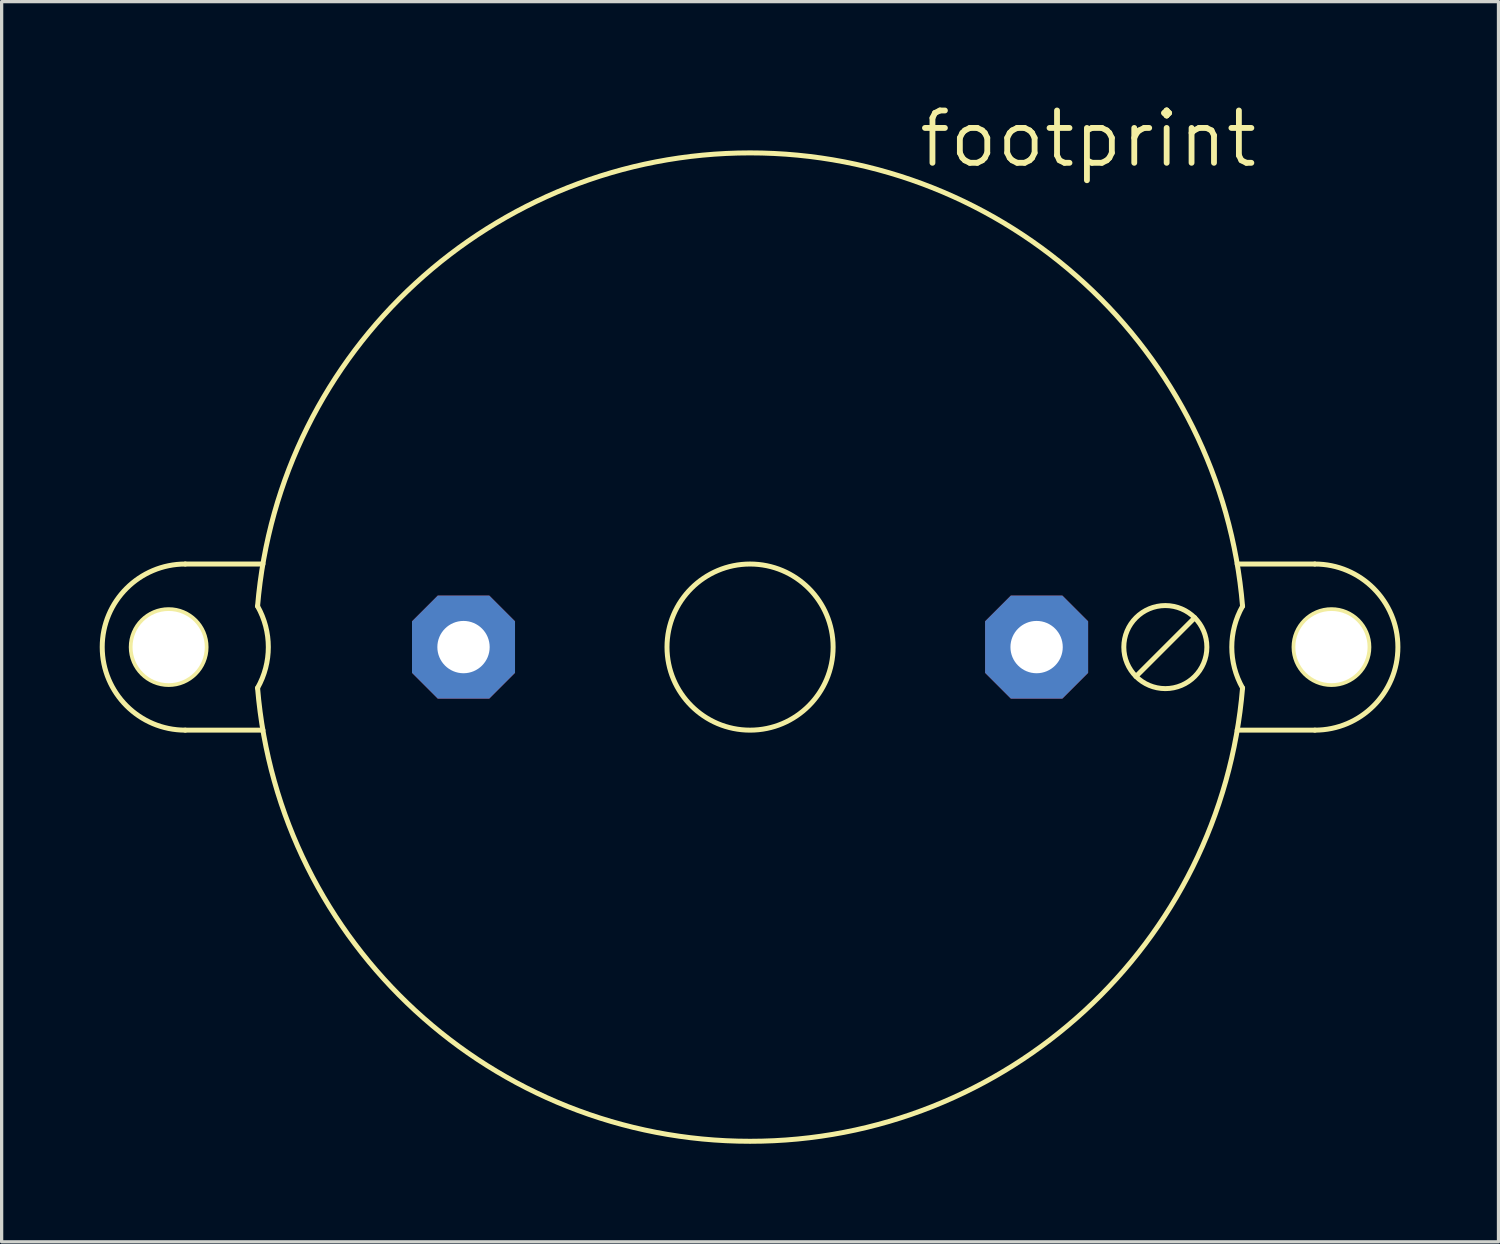
<source format=kicad_pcb>
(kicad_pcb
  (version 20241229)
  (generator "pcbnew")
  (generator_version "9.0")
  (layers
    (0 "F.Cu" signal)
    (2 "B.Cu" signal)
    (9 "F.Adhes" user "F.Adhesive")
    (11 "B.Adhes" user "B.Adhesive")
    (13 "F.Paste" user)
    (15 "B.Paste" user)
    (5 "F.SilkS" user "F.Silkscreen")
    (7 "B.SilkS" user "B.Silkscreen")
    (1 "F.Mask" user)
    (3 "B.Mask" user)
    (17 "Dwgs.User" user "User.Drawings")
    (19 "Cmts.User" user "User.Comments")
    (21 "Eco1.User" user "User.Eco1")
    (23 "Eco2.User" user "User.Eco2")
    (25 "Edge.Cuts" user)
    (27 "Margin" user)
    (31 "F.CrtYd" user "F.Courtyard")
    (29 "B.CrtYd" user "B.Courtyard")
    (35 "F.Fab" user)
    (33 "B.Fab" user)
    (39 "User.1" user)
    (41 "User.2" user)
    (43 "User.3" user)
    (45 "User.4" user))
  (footprint "footprint"
    (layer "F.Cu")
    (at 19.888 16.739)
    (property "Reference" "footprint" (at 5.08 -14.605 0) (layer "F.SilkS") (effects (font (size 1.6 1.6) (thickness 0.178)) (justify left bottom)))
    (fp_line (start -14.898 -2.54) (end -17.272 -2.54) (stroke (width 0.152) (type solid)) (layer "F.SilkS"))
    (fp_line (start -14.898 2.54) (end -17.272 2.54) (stroke (width 0.152) (type solid)) (layer "F.SilkS"))
    (fp_line (start 11.802 0.898) (end 13.598 -0.898) (stroke (width 0.152) (type solid)) (layer "F.SilkS"))
    (fp_line (start 14.898 -2.54) (end 17.272 -2.54) (stroke (width 0.152) (type solid)) (layer "F.SilkS"))
    (fp_line (start 14.898 2.54) (end 17.272 2.54) (stroke (width 0.152) (type solid)) (layer "F.SilkS"))
    (fp_arc (start -17.272 2.54) (mid -19.812 0) (end -17.272 -2.54) (stroke (width 0.1524) (type solid)) (layer "F.SilkS"))
    (fp_arc (start -15.0612 -1.2505) (mid -14.732042 0) (end -15.0612 1.2505) (stroke (width 0.1524) (type solid)) (layer "F.SilkS"))
    (fp_arc (start -15.0612 -1.2505) (mid 0 -15.113024) (end 15.0612 -1.2505) (stroke (width 0.1524) (type solid)) (layer "F.SilkS"))
    (fp_arc (start 15.0612 1.2505) (mid 0 15.113024) (end -15.0612 1.2505) (stroke (width 0.1524) (type solid)) (layer "F.SilkS"))
    (fp_arc (start 15.0612 1.2505) (mid 14.732042 0) (end 15.0612 -1.2505) (stroke (width 0.1524) (type solid)) (layer "F.SilkS"))
    (fp_arc (start 17.272 -2.54) (mid 19.812 0) (end 17.272 2.54) (stroke (width 0.1524) (type solid)) (layer "F.SilkS"))
    (fp_circle (center -17.78 0) (end -16.637 0) (stroke (width 0.152) (type solid)) (fill no) (layer "F.SilkS"))
    (fp_circle (center 0 0) (end 2.54 0) (stroke (width 0.152) (type solid)) (fill no) (layer "F.SilkS"))
    (fp_circle (center 12.7 0) (end 13.97 0) (stroke (width 0.152) (type solid)) (fill no) (layer "F.SilkS"))
    (fp_circle (center 17.78 0) (end 18.923 0) (stroke (width 0.152) (type solid)) (fill no) (layer "F.SilkS"))
    (pad "" np_thru_hole circle (at -17.78 0) (size 2.21 2.21) (drill 2.21) (layers "*.Cu" "*.Mask"))
    (pad "" np_thru_hole circle (at 17.78 0) (size 2.21 2.21) (drill 2.21) (layers "*.Cu" "*.Mask"))
    (pad "+" thru_hole roundrect (at 8.763 0) (size 3.15 3.15) (drill 1.6) (layers "*.Cu" "*.Mask") (roundrect_rratio 0.25) (chamfer_ratio 0.25) (chamfer top_left top_right bottom_left bottom_right))
    (pad "-" thru_hole roundrect (at -8.763 0) (size 3.15 3.15) (drill 1.6) (layers "*.Cu" "*.Mask") (roundrect_rratio 0.25) (chamfer_ratio 0.25) (chamfer top_left top_right bottom_left bottom_right)))
  (gr_rect
    (start -3 -3)
    (end 42.776 34.928)
    (stroke (width 0.1) (type default))
    (fill no)
    (layer "Edge.Cuts")))
</source>
